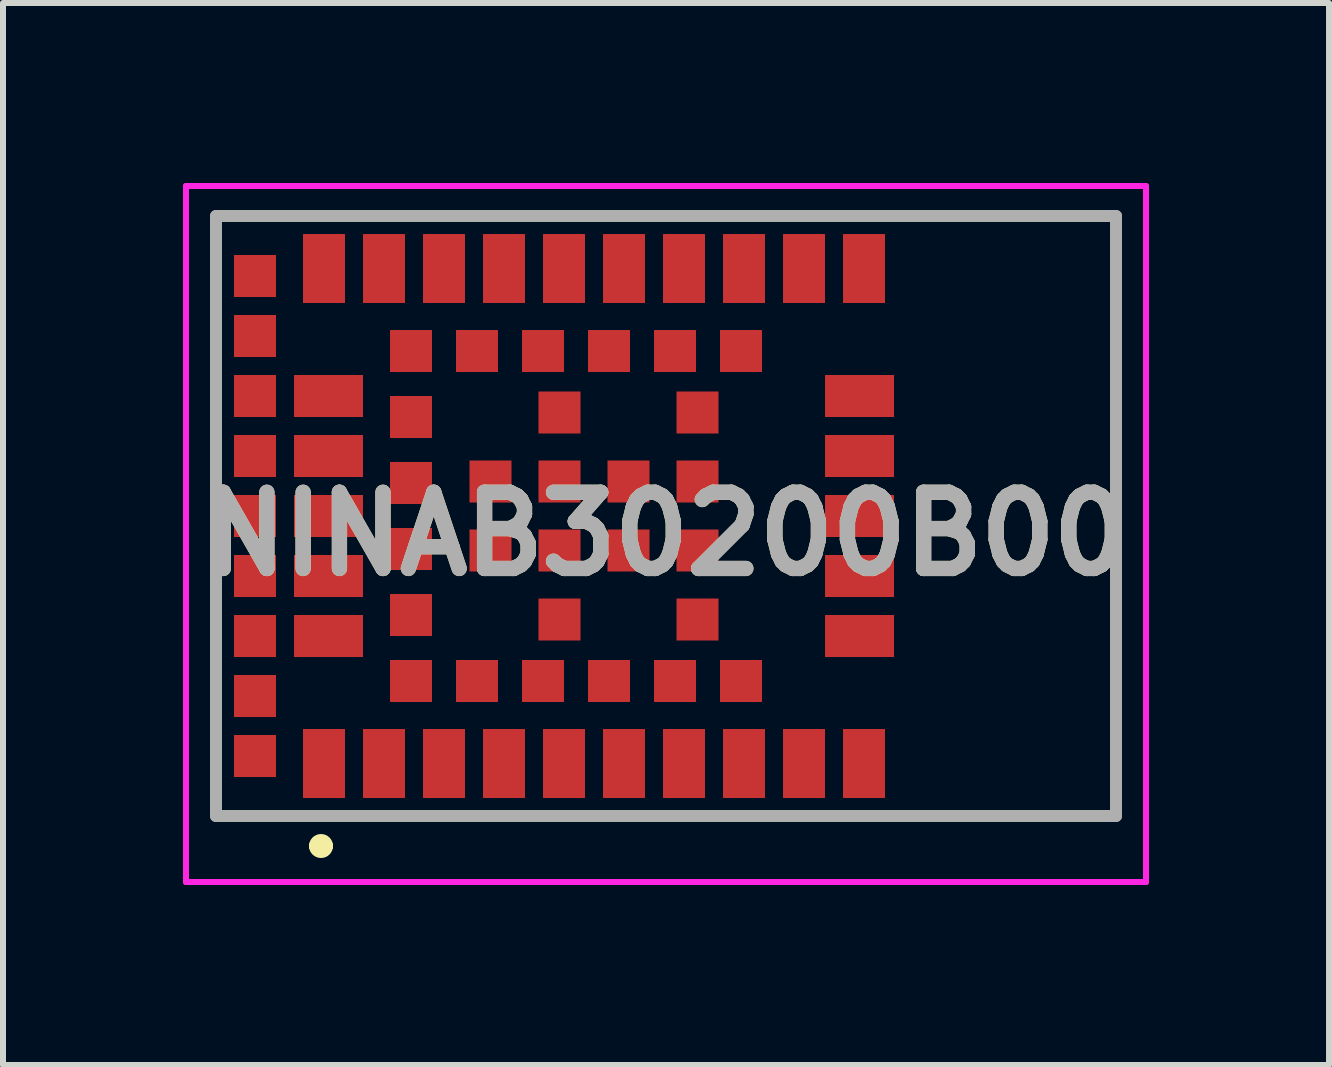
<source format=kicad_pcb>
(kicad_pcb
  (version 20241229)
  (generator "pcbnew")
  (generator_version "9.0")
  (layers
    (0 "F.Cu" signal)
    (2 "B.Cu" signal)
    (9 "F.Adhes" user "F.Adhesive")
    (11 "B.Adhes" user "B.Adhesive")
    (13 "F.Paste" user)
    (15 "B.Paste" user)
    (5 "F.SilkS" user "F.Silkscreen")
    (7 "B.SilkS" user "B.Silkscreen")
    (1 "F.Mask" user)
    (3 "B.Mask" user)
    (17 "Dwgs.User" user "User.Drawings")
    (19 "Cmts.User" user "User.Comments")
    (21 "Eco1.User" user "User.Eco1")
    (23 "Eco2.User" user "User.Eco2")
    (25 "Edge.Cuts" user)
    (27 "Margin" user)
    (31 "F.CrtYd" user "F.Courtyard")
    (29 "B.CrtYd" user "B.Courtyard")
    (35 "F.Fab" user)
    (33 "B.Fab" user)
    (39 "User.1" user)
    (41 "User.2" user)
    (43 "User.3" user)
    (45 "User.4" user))
  (footprint "NINAB30200B00"
    (layer "F.Cu")
    (at 8.05 5.55)
    (property "Reference" "NINAB30200B00" (at 0 0.3 0) (layer "F.SilkS") (effects (font (size 1.27 1.27) (thickness 0.254))))
    (attr smd)
    (fp_line (start -7.5 -5) (end 7.5 -5) (stroke (width 0.1) (type solid)) (layer "F.SilkS"))
    (fp_line (start -7.5 5) (end -7.5 -5) (stroke (width 0.1) (type solid)) (layer "F.SilkS"))
    (fp_line (start -5.85 5.5) (end -5.85 5.5) (stroke (width 0.2) (type solid)) (layer "F.SilkS"))
    (fp_line (start -5.65 5.5) (end -5.65 5.5) (stroke (width 0.2) (type solid)) (layer "F.SilkS"))
    (fp_line (start 7.5 -5) (end 7.5 5) (stroke (width 0.1) (type solid)) (layer "F.SilkS"))
    (fp_line (start 7.5 5) (end -7.5 5) (stroke (width 0.1) (type solid)) (layer "F.SilkS"))
    (fp_arc (start -5.85 5.5) (mid -5.75 5.4) (end -5.65 5.5) (stroke (width 0.2) (type solid)) (layer "F.SilkS"))
    (fp_arc (start -5.65 5.5) (mid -5.75 5.6) (end -5.85 5.5) (stroke (width 0.2) (type solid)) (layer "F.SilkS"))
    (fp_line (start -8 -5.5) (end 8 -5.5) (stroke (width 0.1) (type solid)) (layer "F.CrtYd"))
    (fp_line (start -8 6.1) (end -8 -5.5) (stroke (width 0.1) (type solid)) (layer "F.CrtYd"))
    (fp_line (start 8 -5.5) (end 8 6.1) (stroke (width 0.1) (type solid)) (layer "F.CrtYd"))
    (fp_line (start 8 6.1) (end -8 6.1) (stroke (width 0.1) (type solid)) (layer "F.CrtYd"))
    (fp_line (start -7.5 -5) (end 7.5 -5) (stroke (width 0.2) (type solid)) (layer "F.Fab"))
    (fp_line (start -7.5 5) (end -7.5 -5) (stroke (width 0.2) (type solid)) (layer "F.Fab"))
    (fp_line (start 7.5 -5) (end 7.5 5) (stroke (width 0.2) (type solid)) (layer "F.Fab"))
    (fp_line (start 7.5 5) (end -7.5 5) (stroke (width 0.2) (type solid)) (layer "F.Fab"))
    (fp_text user "${REFERENCE}" (at 0 0.3 0) (layer "F.Fab") (effects (font (size 1.27 1.27) (thickness 0.254))))
    (pad "1" smd rect (at -5.7 4.125) (size 0.7 1.15) (layers "F.Cu" "F.Mask" "F.Paste"))
    (pad "2" smd rect (at -4.7 4.125) (size 0.7 1.15) (layers "F.Cu" "F.Mask" "F.Paste"))
    (pad "3" smd rect (at -3.7 4.125) (size 0.7 1.15) (layers "F.Cu" "F.Mask" "F.Paste"))
    (pad "4" smd rect (at -2.7 4.125) (size 0.7 1.15) (layers "F.Cu" "F.Mask" "F.Paste"))
    (pad "5" smd rect (at -1.7 4.125) (size 0.7 1.15) (layers "F.Cu" "F.Mask" "F.Paste"))
    (pad "6" smd rect (at -0.7 4.125) (size 0.7 1.15) (layers "F.Cu" "F.Mask" "F.Paste"))
    (pad "7" smd rect (at 0.3 4.125) (size 0.7 1.15) (layers "F.Cu" "F.Mask" "F.Paste"))
    (pad "8" smd rect (at 1.3 4.125) (size 0.7 1.15) (layers "F.Cu" "F.Mask" "F.Paste"))
    (pad "9" smd rect (at 2.3 4.125) (size 0.7 1.15) (layers "F.Cu" "F.Mask" "F.Paste"))
    (pad "10" smd rect (at 3.3 4.125) (size 0.7 1.15) (layers "F.Cu" "F.Mask" "F.Paste"))
    (pad "11" smd rect (at 3.225 2 90) (size 0.7 1.15) (layers "F.Cu" "F.Mask" "F.Paste"))
    (pad "12" smd rect (at 3.225 1 90) (size 0.7 1.15) (layers "F.Cu" "F.Mask" "F.Paste"))
    (pad "13" smd rect (at 3.225 0 90) (size 0.7 1.15) (layers "F.Cu" "F.Mask" "F.Paste"))
    (pad "14" smd rect (at 3.225 -1 90) (size 0.7 1.15) (layers "F.Cu" "F.Mask" "F.Paste"))
    (pad "15" smd rect (at 3.225 -2 90) (size 0.7 1.15) (layers "F.Cu" "F.Mask" "F.Paste"))
    (pad "16" smd rect (at 3.3 -4.125) (size 0.7 1.15) (layers "F.Cu" "F.Mask" "F.Paste"))
    (pad "17" smd rect (at 2.3 -4.125) (size 0.7 1.15) (layers "F.Cu" "F.Mask" "F.Paste"))
    (pad "18" smd rect (at 1.3 -4.125) (size 0.7 1.15) (layers "F.Cu" "F.Mask" "F.Paste"))
    (pad "19" smd rect (at 0.3 -4.125) (size 0.7 1.15) (layers "F.Cu" "F.Mask" "F.Paste"))
    (pad "20" smd rect (at -0.7 -4.125) (size 0.7 1.15) (layers "F.Cu" "F.Mask" "F.Paste"))
    (pad "21" smd rect (at -1.7 -4.125) (size 0.7 1.15) (layers "F.Cu" "F.Mask" "F.Paste"))
    (pad "22" smd rect (at -2.7 -4.125) (size 0.7 1.15) (layers "F.Cu" "F.Mask" "F.Paste"))
    (pad "23" smd rect (at -3.7 -4.125) (size 0.7 1.15) (layers "F.Cu" "F.Mask" "F.Paste"))
    (pad "24" smd rect (at -4.7 -4.125) (size 0.7 1.15) (layers "F.Cu" "F.Mask" "F.Paste"))
    (pad "25" smd rect (at -5.7 -4.125) (size 0.7 1.15) (layers "F.Cu" "F.Mask" "F.Paste"))
    (pad "26" smd rect (at -5.625 -2 90) (size 0.7 1.15) (layers "F.Cu" "F.Mask" "F.Paste"))
    (pad "27" smd rect (at -5.625 -1 90) (size 0.7 1.15) (layers "F.Cu" "F.Mask" "F.Paste"))
    (pad "28" smd rect (at -5.625 0 90) (size 0.7 1.15) (layers "F.Cu" "F.Mask" "F.Paste"))
    (pad "29" smd rect (at -5.625 1 90) (size 0.7 1.15) (layers "F.Cu" "F.Mask" "F.Paste"))
    (pad "30" smd rect (at -5.625 2 90) (size 0.7 1.15) (layers "F.Cu" "F.Mask" "F.Paste"))
    (pad "31" smd rect (at -4.25 2.75 90) (size 0.7 0.7) (layers "F.Cu" "F.Mask" "F.Paste"))
    (pad "32" smd rect (at -3.15 2.75 90) (size 0.7 0.7) (layers "F.Cu" "F.Mask" "F.Paste"))
    (pad "33" smd rect (at -2.05 2.75 90) (size 0.7 0.7) (layers "F.Cu" "F.Mask" "F.Paste"))
    (pad "34" smd rect (at -0.95 2.75 90) (size 0.7 0.7) (layers "F.Cu" "F.Mask" "F.Paste"))
    (pad "35" smd rect (at 0.15 2.75 90) (size 0.7 0.7) (layers "F.Cu" "F.Mask" "F.Paste"))
    (pad "36" smd rect (at 1.25 2.75 90) (size 0.7 0.7) (layers "F.Cu" "F.Mask" "F.Paste"))
    (pad "37" smd rect (at 1.25 -2.75 90) (size 0.7 0.7) (layers "F.Cu" "F.Mask" "F.Paste"))
    (pad "38" smd rect (at 0.15 -2.75 90) (size 0.7 0.7) (layers "F.Cu" "F.Mask" "F.Paste"))
    (pad "39" smd rect (at -0.95 -2.75 90) (size 0.7 0.7) (layers "F.Cu" "F.Mask" "F.Paste"))
    (pad "40" smd rect (at -2.05 -2.75 90) (size 0.7 0.7) (layers "F.Cu" "F.Mask" "F.Paste"))
    (pad "41" smd rect (at -3.15 -2.75 90) (size 0.7 0.7) (layers "F.Cu" "F.Mask" "F.Paste"))
    (pad "42" smd rect (at -4.25 -2.75 90) (size 0.7 0.7) (layers "F.Cu" "F.Mask" "F.Paste"))
    (pad "43" smd rect (at -4.25 -1.65 90) (size 0.7 0.7) (layers "F.Cu" "F.Mask" "F.Paste"))
    (pad "44" smd rect (at -4.25 -0.55 90) (size 0.7 0.7) (layers "F.Cu" "F.Mask" "F.Paste"))
    (pad "45" smd rect (at -4.25 0.55 90) (size 0.7 0.7) (layers "F.Cu" "F.Mask" "F.Paste"))
    (pad "46" smd rect (at -4.25 1.65 90) (size 0.7 0.7) (layers "F.Cu" "F.Mask" "F.Paste"))
    (pad "47" smd rect (at -6.85 -4 90) (size 0.7 0.7) (layers "F.Cu" "F.Mask" "F.Paste"))
    (pad "48" smd rect (at -6.85 -3 90) (size 0.7 0.7) (layers "F.Cu" "F.Mask" "F.Paste"))
    (pad "49" smd rect (at -6.85 -2 90) (size 0.7 0.7) (layers "F.Cu" "F.Mask" "F.Paste"))
    (pad "50" smd rect (at -6.85 -1 90) (size 0.7 0.7) (layers "F.Cu" "F.Mask" "F.Paste"))
    (pad "51" smd rect (at -6.85 0 90) (size 0.7 0.7) (layers "F.Cu" "F.Mask" "F.Paste"))
    (pad "52" smd rect (at -6.85 1 90) (size 0.7 0.7) (layers "F.Cu" "F.Mask" "F.Paste"))
    (pad "53" smd rect (at -6.85 2 90) (size 0.7 0.7) (layers "F.Cu" "F.Mask" "F.Paste"))
    (pad "54" smd rect (at -6.85 3 90) (size 0.7 0.7) (layers "F.Cu" "F.Mask" "F.Paste"))
    (pad "55" smd rect (at -6.85 4 90) (size 0.7 0.7) (layers "F.Cu" "F.Mask" "F.Paste"))
    (pad "G1" smd rect (at -1.775 1.725 90) (size 0.7 0.7) (layers "F.Cu" "F.Mask" "F.Paste"))
    (pad "G2" smd rect (at 0.525 1.725 90) (size 0.7 0.7) (layers "F.Cu" "F.Mask" "F.Paste"))
    (pad "G3" smd rect (at -2.925 0.575 90) (size 0.7 0.7) (layers "F.Cu" "F.Mask" "F.Paste"))
    (pad "G4" smd rect (at -1.775 0.575 90) (size 0.7 0.7) (layers "F.Cu" "F.Mask" "F.Paste"))
    (pad "G5" smd rect (at -0.625 0.575 90) (size 0.7 0.7) (layers "F.Cu" "F.Mask" "F.Paste"))
    (pad "G6" smd rect (at 0.525 0.575 90) (size 0.7 0.7) (layers "F.Cu" "F.Mask" "F.Paste"))
    (pad "G7" smd rect (at -2.925 -0.575 90) (size 0.7 0.7) (layers "F.Cu" "F.Mask" "F.Paste"))
    (pad "G8" smd rect (at -1.775 -0.575 90) (size 0.7 0.7) (layers "F.Cu" "F.Mask" "F.Paste"))
    (pad "G9" smd rect (at -0.625 -0.575 90) (size 0.7 0.7) (layers "F.Cu" "F.Mask" "F.Paste"))
    (pad "G10" smd rect (at 0.525 -0.575 90) (size 0.7 0.7) (layers "F.Cu" "F.Mask" "F.Paste"))
    (pad "G11" smd rect (at -1.775 -1.725 90) (size 0.7 0.7) (layers "F.Cu" "F.Mask" "F.Paste"))
    (pad "G12" smd rect (at 0.525 -1.725 90) (size 0.7 0.7) (layers "F.Cu" "F.Mask" "F.Paste")))
  (gr_rect
    (start -3 -3)
    (end 19.1 14.7)
    (stroke (width 0.1) (type default))
    (fill no)
    (layer "Edge.Cuts")))
</source>
